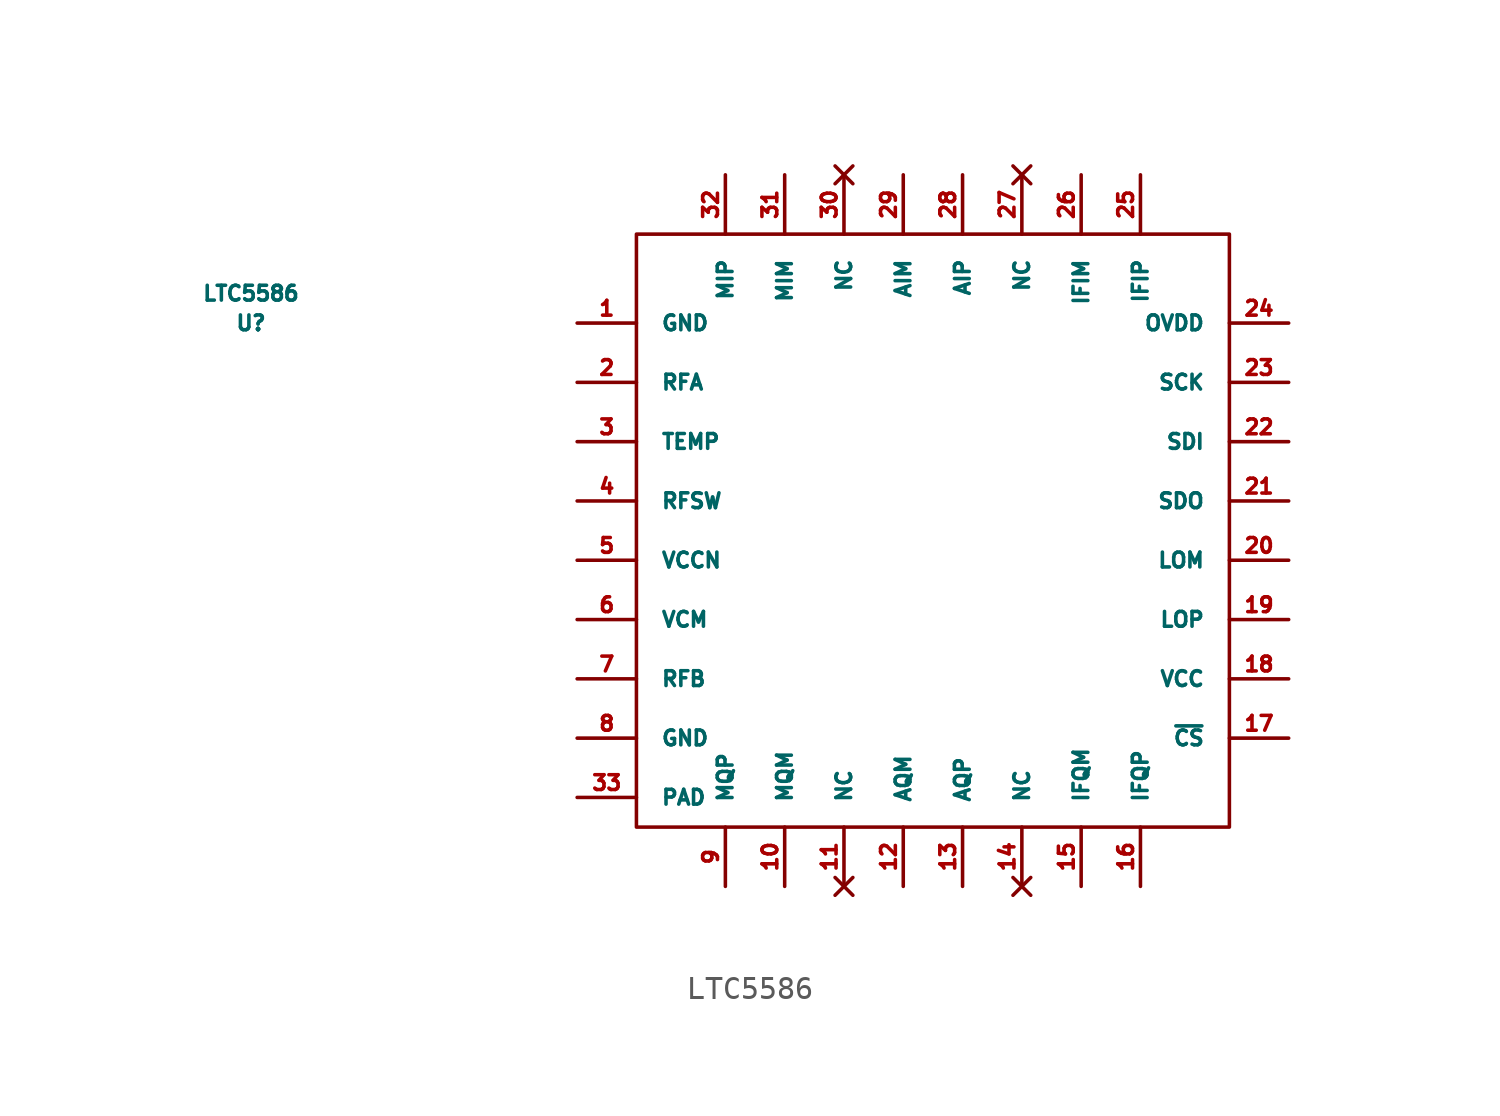
<source format=kicad_sym>
(kicad_symbol_lib
  (version 20241209)
  (generator "kicad_symbol_editor")
  (generator_version "9.0")
  (symbol "LTC5586"
    (pin_names
      (offset 1.016))
    (property "Reference" "U"
      (at -29.21 8.89 0)
      (effects (font (size 0.635 0.635))))
    (property "Value" "LTC5586"
      (at -29.21 10.16 0)
      (effects (font (size 0.635 0.635))))
    (symbol "LTC5586_0_1"
      (rectangle (start -12.7 12.7) (end 12.7 -12.7) (stroke (width 0) (type solid)) (fill (type none))))
    (symbol "LTC5586_1_1"
      (pin power_in line (at -15.24 8.89 0) (length 2.54) (name "GND" (effects (font (size 0.635 0.635)))) (number "1" (effects (font (size 0.635 0.635)))))
      (pin input line (at -15.24 6.35 0) (length 2.54) (name "RFA" (effects (font (size 0.635 0.635)))) (number "2" (effects (font (size 0.635 0.635)))))
      (pin output line (at -15.24 3.81 0) (length 2.54) (name "TEMP" (effects (font (size 0.635 0.635)))) (number "3" (effects (font (size 0.635 0.635)))))
      (pin input line (at -15.24 1.27 0) (length 2.54) (name "RFSW" (effects (font (size 0.635 0.635)))) (number "4" (effects (font (size 0.635 0.635)))))
      (pin power_in line (at -15.24 -1.27 0) (length 2.54) (name "VCCN" (effects (font (size 0.635 0.635)))) (number "5" (effects (font (size 0.635 0.635)))))
      (pin power_in line (at -15.24 -3.81 0) (length 2.54) (name "VCM" (effects (font (size 0.635 0.635)))) (number "6" (effects (font (size 0.635 0.635)))))
      (pin input line (at -15.24 -6.35 0) (length 2.54) (name "RFB" (effects (font (size 0.635 0.635)))) (number "7" (effects (font (size 0.635 0.635)))))
      (pin power_in line (at -15.24 -8.89 0) (length 2.54) (name "GND" (effects (font (size 0.635 0.635)))) (number "8" (effects (font (size 0.635 0.635)))))
      (pin power_in line (at -15.24 -11.43 0) (length 2.54) (name "PAD" (effects (font (size 0.635 0.635)))) (number "33" (effects (font (size 0.635 0.635)))))
      (pin output line (at -8.89 15.24 270) (length 2.54) (name "MIP" (effects (font (size 0.635 0.635)))) (number "32" (effects (font (size 0.635 0.635)))))
      (pin output line (at -8.89 -15.24 90) (length 2.54) (name "MQP" (effects (font (size 0.635 0.635)))) (number "9" (effects (font (size 0.635 0.635)))))
      (pin output line (at -6.35 15.24 270) (length 2.54) (name "MIM" (effects (font (size 0.635 0.635)))) (number "31" (effects (font (size 0.635 0.635)))))
      (pin output line (at -6.35 -15.24 90) (length 2.54) (name "MQM" (effects (font (size 0.635 0.635)))) (number "10" (effects (font (size 0.635 0.635)))))
      (pin no_connect line (at -3.81 15.24 270) (length 2.54) (name "NC" (effects (font (size 0.635 0.635)))) (number "30" (effects (font (size 0.635 0.635)))))
      (pin no_connect line (at -3.81 -15.24 90) (length 2.54) (name "NC" (effects (font (size 0.635 0.635)))) (number "11" (effects (font (size 0.635 0.635)))))
      (pin input line (at -1.27 15.24 270) (length 2.54) (name "AIM" (effects (font (size 0.635 0.635)))) (number "29" (effects (font (size 0.635 0.635)))))
      (pin input line (at -1.27 -15.24 90) (length 2.54) (name "AQM" (effects (font (size 0.635 0.635)))) (number "12" (effects (font (size 0.635 0.635)))))
      (pin input line (at 1.27 15.24 270) (length 2.54) (name "AIP" (effects (font (size 0.635 0.635)))) (number "28" (effects (font (size 0.635 0.635)))))
      (pin input line (at 1.27 -15.24 90) (length 2.54) (name "AQP" (effects (font (size 0.635 0.635)))) (number "13" (effects (font (size 0.635 0.635)))))
      (pin no_connect line (at 3.81 15.24 270) (length 2.54) (name "NC" (effects (font (size 0.635 0.635)))) (number "27" (effects (font (size 0.635 0.635)))))
      (pin no_connect line (at 3.81 -15.24 90) (length 2.54) (name "NC" (effects (font (size 0.635 0.635)))) (number "14" (effects (font (size 0.635 0.635)))))
      (pin output line (at 6.35 15.24 270) (length 2.54) (name "IFIM" (effects (font (size 0.635 0.635)))) (number "26" (effects (font (size 0.635 0.635)))))
      (pin output line (at 6.35 -15.24 90) (length 2.54) (name "IFQM" (effects (font (size 0.635 0.635)))) (number "15" (effects (font (size 0.635 0.635)))))
      (pin output line (at 8.89 15.24 270) (length 2.54) (name "IFIP" (effects (font (size 0.635 0.635)))) (number "25" (effects (font (size 0.635 0.635)))))
      (pin output line (at 8.89 -15.24 90) (length 2.54) (name "IFQP" (effects (font (size 0.635 0.635)))) (number "16" (effects (font (size 0.635 0.635)))))
      (pin power_in line (at 15.24 8.89 180) (length 2.54) (name "OVDD" (effects (font (size 0.635 0.635)))) (number "24" (effects (font (size 0.635 0.635)))))
      (pin input line (at 15.24 6.35 180) (length 2.54) (name "SCK" (effects (font (size 0.635 0.635)))) (number "23" (effects (font (size 0.635 0.635)))))
      (pin input line (at 15.24 3.81 180) (length 2.54) (name "SDI" (effects (font (size 0.635 0.635)))) (number "22" (effects (font (size 0.635 0.635)))))
      (pin output line (at 15.24 1.27 180) (length 2.54) (name "SDO" (effects (font (size 0.635 0.635)))) (number "21" (effects (font (size 0.635 0.635)))))
      (pin input line (at 15.24 -1.27 180) (length 2.54) (name "LOM" (effects (font (size 0.635 0.635)))) (number "20" (effects (font (size 0.635 0.635)))))
      (pin input line (at 15.24 -3.81 180) (length 2.54) (name "LOP" (effects (font (size 0.635 0.635)))) (number "19" (effects (font (size 0.635 0.635)))))
      (pin power_in line (at 15.24 -6.35 180) (length 2.54) (name "VCC" (effects (font (size 0.635 0.635)))) (number "18" (effects (font (size 0.635 0.635)))))
      (pin input line (at 15.24 -8.89 180) (length 2.54) (name "~{CS}" (effects (font (size 0.635 0.635)))) (number "17" (effects (font (size 0.635 0.635))))))))
</source>
